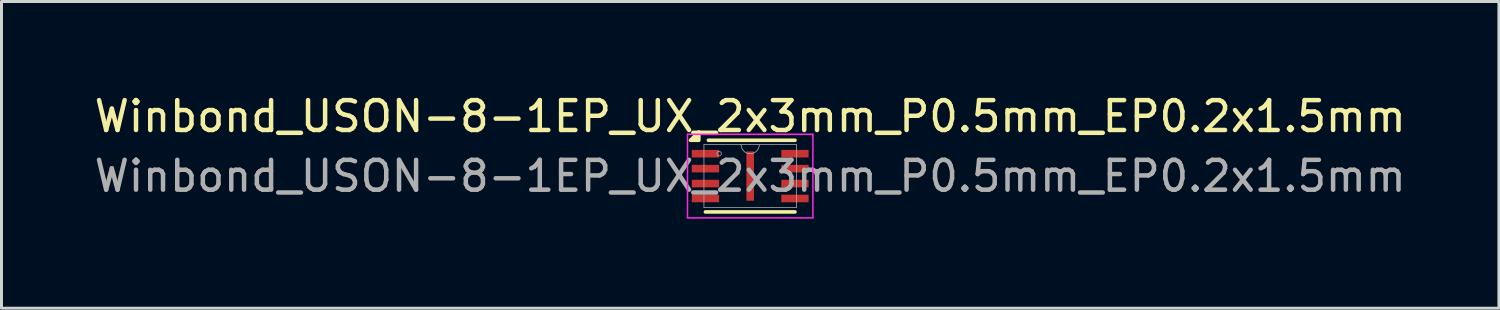
<source format=kicad_pcb>
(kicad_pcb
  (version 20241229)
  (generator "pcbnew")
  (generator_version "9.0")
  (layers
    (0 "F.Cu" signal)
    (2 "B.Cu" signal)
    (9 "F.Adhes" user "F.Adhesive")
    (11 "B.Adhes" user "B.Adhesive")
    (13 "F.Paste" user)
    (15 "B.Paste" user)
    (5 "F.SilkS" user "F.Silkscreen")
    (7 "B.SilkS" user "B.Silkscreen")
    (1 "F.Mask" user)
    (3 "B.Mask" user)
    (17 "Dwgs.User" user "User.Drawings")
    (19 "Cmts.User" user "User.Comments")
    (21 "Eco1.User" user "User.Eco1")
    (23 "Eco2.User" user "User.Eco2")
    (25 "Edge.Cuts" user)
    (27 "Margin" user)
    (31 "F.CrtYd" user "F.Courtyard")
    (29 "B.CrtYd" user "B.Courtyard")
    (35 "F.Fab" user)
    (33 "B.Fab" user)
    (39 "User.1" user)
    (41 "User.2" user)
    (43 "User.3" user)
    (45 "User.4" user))
  (footprint "Winbond_USON-8-1EP_UX_2x3mm_P0.5mm_EP0.2x1.5mm"
    (layer "F.Cu")
    (at 22.077 2.848)
    (property "Reference" "Winbond_USON-8-1EP_UX_2x3mm_P0.5mm_EP0.2x1.5mm" (at 0 -2 0) (unlocked yes) (layer "F.SilkS") (effects (font (size 1 1) (thickness 0.15))))
    (attr smd)
    (fp_line (start -1.5 1.2) (end 1.5 1.2) (stroke (width 0.12) (type solid)) (layer "F.SilkS"))
    (fp_line (start 1.5 -1.2) (end -1.4 -1.2) (stroke (width 0.12) (type solid)) (layer "F.SilkS"))
    (fp_poly (pts (xy -1.72 -1.2) (xy -2 -1.2) (xy -1.72 -1.48) (xy -1.72 -1.2)) (stroke (width 0.12) (type solid)) (fill yes) (layer "F.SilkS"))
    (fp_line (start -2.1 -1.4) (end 2.1 -1.4) (stroke (width 0.05) (type solid)) (layer "F.CrtYd"))
    (fp_line (start -2.1 1.4) (end -2.1 -1.4) (stroke (width 0.05) (type solid)) (layer "F.CrtYd"))
    (fp_line (start 2.1 1.4) (end -2.1 1.4) (stroke (width 0.05) (type solid)) (layer "F.CrtYd"))
    (fp_line (start 2.1 1.4) (end 2.1 -1.4) (stroke (width 0.05) (type default)) (layer "F.CrtYd"))
    (fp_line (start -1.549 -1.054) (end -1.549 1.054) (stroke (width 0.025) (type solid)) (layer "F.Fab"))
    (fp_line (start -1.549 1.054) (end 1.549 1.054) (stroke (width 0.025) (type solid)) (layer "F.Fab"))
    (fp_line (start 1.549 -1.054) (end -1.549 -1.054) (stroke (width 0.025) (type solid)) (layer "F.Fab"))
    (fp_line (start 1.549 1.054) (end 1.549 -1.054) (stroke (width 0.025) (type solid)) (layer "F.Fab"))
    (fp_arc (start 0.3048 -1.0541) (mid 0 -0.7493) (end -0.3048 -1.0541) (stroke (width 0.0254) (type solid)) (layer "F.Fab"))
    (fp_circle (center -1.041 -0.75) (end -0.965 -0.75) (stroke (width 0.025) (type solid)) (fill no) (layer "F.Fab"))
    (fp_text user "${REFERENCE}" (at 0 0 0) (unlocked yes) (layer "F.Fab") (effects (font (size 1 1) (thickness 0.15))))
    (pad "1" smd rect (at -1.499 -0.75) (size 0.914 0.254) (layers "F.Cu" "F.Mask" "F.Paste"))
    (pad "2" smd rect (at -1.499 -0.25) (size 0.914 0.254) (layers "F.Cu" "F.Mask" "F.Paste"))
    (pad "3" smd rect (at -1.499 0.25) (size 0.914 0.254) (layers "F.Cu" "F.Mask" "F.Paste"))
    (pad "4" smd rect (at -1.499 0.75) (size 0.914 0.254) (layers "F.Cu" "F.Mask" "F.Paste"))
    (pad "5" smd rect (at 1.499 0.75) (size 0.914 0.254) (layers "F.Cu" "F.Mask" "F.Paste"))
    (pad "6" smd rect (at 1.499 0.25) (size 0.914 0.254) (layers "F.Cu" "F.Mask" "F.Paste"))
    (pad "7" smd rect (at 1.499 -0.25) (size 0.914 0.254) (layers "F.Cu" "F.Mask" "F.Paste"))
    (pad "8" smd rect (at 1.499 -0.75) (size 0.914 0.254) (layers "F.Cu" "F.Mask" "F.Paste"))
    (pad "9" smd rect (at 0 0) (size 0.254 1.651) (layers "F.Cu" "F.Mask" "F.Paste")))
  (gr_rect
    (start -3 -3)
    (end 47.155 7.273)
    (stroke (width 0.1) (type default))
    (fill no)
    (layer "Edge.Cuts")))
</source>
